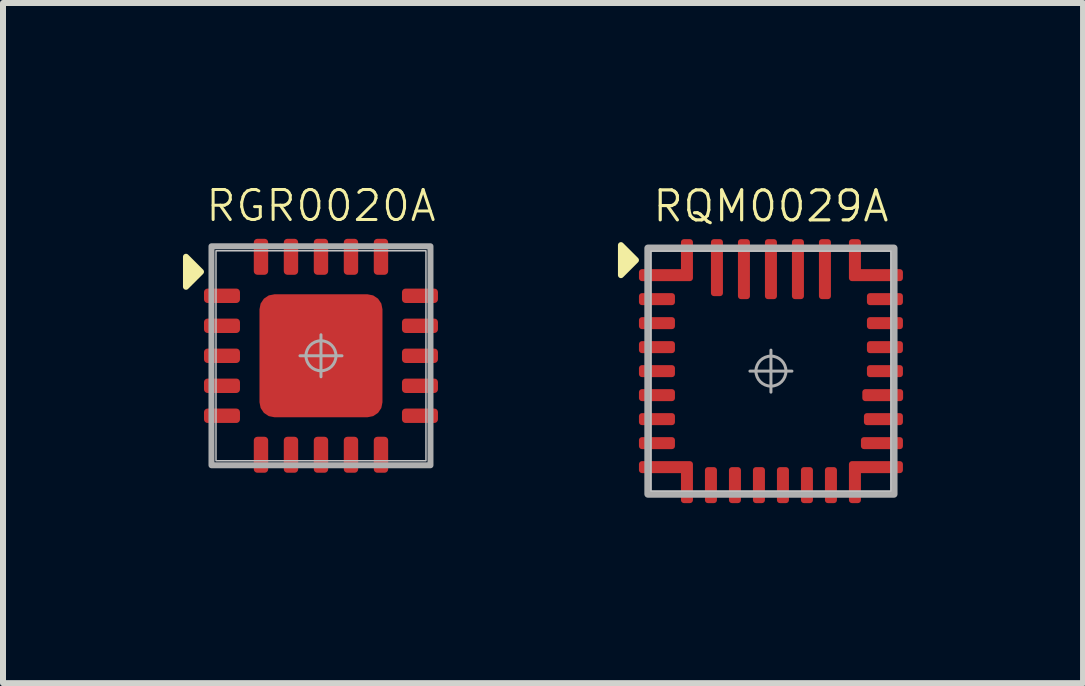
<source format=kicad_pcb>
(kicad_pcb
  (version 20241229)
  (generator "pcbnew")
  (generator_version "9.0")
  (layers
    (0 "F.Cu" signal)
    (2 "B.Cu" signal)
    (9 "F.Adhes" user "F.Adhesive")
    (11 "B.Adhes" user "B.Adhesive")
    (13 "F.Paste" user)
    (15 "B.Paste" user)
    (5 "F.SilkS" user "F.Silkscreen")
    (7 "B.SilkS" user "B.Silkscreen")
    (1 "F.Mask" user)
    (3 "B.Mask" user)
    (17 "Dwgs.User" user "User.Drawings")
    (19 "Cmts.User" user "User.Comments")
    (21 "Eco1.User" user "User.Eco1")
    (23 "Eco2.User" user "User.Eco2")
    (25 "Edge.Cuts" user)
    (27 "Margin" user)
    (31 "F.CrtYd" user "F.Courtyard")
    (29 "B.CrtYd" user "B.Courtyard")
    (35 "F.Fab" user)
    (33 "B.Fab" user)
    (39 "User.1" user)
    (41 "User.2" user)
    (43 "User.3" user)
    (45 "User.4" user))
  (footprint "RGR0020A"
    (layer "F.Cu")
    (at 2.3 2.88)
    (property "Reference" "RGR0020A" (at 0 -2.5 0) (unlocked yes) (layer "F.SilkS") (effects (font (size 0.5 0.5) (thickness 0.05))))
    (attr smd)
    (fp_poly (pts (xy -2 -1.4) (xy -2.25 -1.15) (xy -2.25 -1.65)) (stroke (width 0.1) (type solid)) (fill yes) (layer "F.SilkS"))
    (fp_rect (start -1.75 -1.75) (end 1.75 1.75) (stroke (width 0.025) (type default)) (fill no) (layer "Dwgs.User"))
    (fp_line (start -0.35 0) (end 0.35 0) (stroke (width 0.05) (type solid)) (layer "F.Fab"))
    (fp_line (start 0 -0.35) (end 0 0.35) (stroke (width 0.05) (type solid)) (layer "F.Fab"))
    (fp_rect (start -1.825 -1.825) (end 1.825 1.825) (stroke (width 0.1) (type default)) (fill no) (layer "F.Fab"))
    (fp_circle (center 0 0) (end 0.25 0) (stroke (width 0.05) (type solid)) (fill no) (layer "F.Fab"))
    (pad "1" smd roundrect (at -1.65 -1 180) (size 0.6 0.24) (layers "F.Cu" "F.Mask" "F.Paste") (roundrect_rratio 0.25))
    (pad "2" smd roundrect (at -1.65 -0.5 180) (size 0.6 0.24) (layers "F.Cu" "F.Mask" "F.Paste") (roundrect_rratio 0.25))
    (pad "3" smd roundrect (at -1.65 0 180) (size 0.6 0.24) (layers "F.Cu" "F.Mask" "F.Paste") (roundrect_rratio 0.25))
    (pad "4" smd roundrect (at -1.65 0.5 180) (size 0.6 0.24) (layers "F.Cu" "F.Mask" "F.Paste") (roundrect_rratio 0.25))
    (pad "5" smd roundrect (at -1.65 1 180) (size 0.6 0.24) (layers "F.Cu" "F.Mask" "F.Paste") (roundrect_rratio 0.25))
    (pad "6" smd roundrect (at -1 1.65 90) (size 0.6 0.24) (layers "F.Cu" "F.Mask" "F.Paste") (roundrect_rratio 0.25))
    (pad "7" smd roundrect (at -0.5 1.65 90) (size 0.6 0.24) (layers "F.Cu" "F.Mask" "F.Paste") (roundrect_rratio 0.25))
    (pad "8" smd roundrect (at 0 1.65 90) (size 0.6 0.24) (layers "F.Cu" "F.Mask" "F.Paste") (roundrect_rratio 0.25))
    (pad "9" smd roundrect (at 0.5 1.65 90) (size 0.6 0.24) (layers "F.Cu" "F.Mask" "F.Paste") (roundrect_rratio 0.25))
    (pad "10" smd roundrect (at 1 1.65 90) (size 0.6 0.24) (layers "F.Cu" "F.Mask" "F.Paste") (roundrect_rratio 0.25))
    (pad "11" smd roundrect (at 1.65 1 180) (size 0.6 0.24) (layers "F.Cu" "F.Mask" "F.Paste") (roundrect_rratio 0.25))
    (pad "12" smd roundrect (at 1.65 0.5 180) (size 0.6 0.24) (layers "F.Cu" "F.Mask" "F.Paste") (roundrect_rratio 0.25))
    (pad "13" smd roundrect (at 1.65 0 180) (size 0.6 0.24) (layers "F.Cu" "F.Mask" "F.Paste") (roundrect_rratio 0.25))
    (pad "14" smd roundrect (at 1.65 -0.5 180) (size 0.6 0.24) (layers "F.Cu" "F.Mask" "F.Paste") (roundrect_rratio 0.25))
    (pad "15" smd roundrect (at 1.65 -1 180) (size 0.6 0.24) (layers "F.Cu" "F.Mask" "F.Paste") (roundrect_rratio 0.25))
    (pad "16" smd roundrect (at 1 -1.65 270) (size 0.6 0.24) (layers "F.Cu" "F.Mask" "F.Paste") (roundrect_rratio 0.25))
    (pad "17" smd roundrect (at 0.5 -1.65 270) (size 0.6 0.24) (layers "F.Cu" "F.Mask" "F.Paste") (roundrect_rratio 0.25))
    (pad "18" smd roundrect (at 0 -1.65 270) (size 0.6 0.24) (layers "F.Cu" "F.Mask" "F.Paste") (roundrect_rratio 0.25))
    (pad "19" smd roundrect (at -0.5 -1.65 270) (size 0.6 0.24) (layers "F.Cu" "F.Mask" "F.Paste") (roundrect_rratio 0.25))
    (pad "20" smd roundrect (at -1 -1.65 270) (size 0.6 0.24) (layers "F.Cu" "F.Mask" "F.Paste") (roundrect_rratio 0.25))
    (pad "21" smd roundrect (at 0 0) (size 2.05 2.05) (layers "F.Cu" "F.Mask" "F.Paste") (roundrect_rratio 0.122)))
  (footprint "RQM0029A"
    (layer "F.Cu")
    (at 9.8 3.136)
    (property "Reference" "RQM0029A" (at 0 -2.75 0) (unlocked yes) (layer "F.SilkS") (effects (font (size 0.5 0.5) (thickness 0.053))))
    (attr smd)
    (fp_poly (pts (xy -2.25 -1.85) (xy -2.5 -1.6) (xy -2.5 -2.1)) (stroke (width 0.1) (type solid)) (fill yes) (layer "F.SilkS"))
    (fp_rect (start -2 -2) (end 2 2) (stroke (width 0.025) (type default)) (fill no) (layer "Dwgs.User"))
    (fp_line (start -0.35 0) (end 0.35 0) (stroke (width 0.05) (type solid)) (layer "F.Fab"))
    (fp_line (start 0 -0.35) (end 0 0.35) (stroke (width 0.05) (type solid)) (layer "F.Fab"))
    (fp_rect (start -2.05 -2.05) (end 2.05 2.05) (stroke (width 0.12) (type default)) (fill no) (layer "F.Fab"))
    (fp_circle (center 0 0) (end 0.25 0) (stroke (width 0.05) (type solid)) (fill no) (layer "F.Fab"))
    (pad "1" smd custom (at -1.75 -1.6) (size 0.2 0.2) (layers "F.Cu" "F.Mask" "F.Paste") (options (anchor circle)) (primitives (gr_poly (pts (xy -0.45 0.05) (xy -0.446 0.069) (xy -0.435 0.085) (xy -0.419 0.096) (xy -0.4 0.1) (xy 0.4 0.1) (xy 0.419 0.096) (xy 0.435 0.085) (xy 0.446 0.069) (xy 0.45 0.05) (xy 0.45 -0.05) (xy 0.446 -0.069) (xy 0.435 -0.085) (xy 0.419 -0.096) (xy 0.4 -0.1) (xy -0.4 -0.1) (xy -0.419 -0.096) (xy -0.435 -0.085) (xy -0.446 -0.069) (xy -0.45 -0.05)) (width 0) (fill yes)) (gr_poly (pts (xy 0.3 -0.6) (xy 0.281 -0.596) (xy 0.265 -0.585) (xy 0.254 -0.569) (xy 0.25 -0.55) (xy 0.25 -0.05) (xy 0.254 -0.031) (xy 0.265 -0.015) (xy 0.281 -0.004) (xy 0.3 0) (xy 0.4 0) (xy 0.419 -0.004) (xy 0.435 -0.015) (xy 0.446 -0.031) (xy 0.45 -0.05) (xy 0.45 -0.55) (xy 0.446 -0.569) (xy 0.435 -0.585) (xy 0.419 -0.596) (xy 0.4 -0.6)) (width 0) (fill yes))))
    (pad "2" smd roundrect (at -1.9 -1.2) (size 0.6 0.2) (layers "F.Cu" "F.Mask" "F.Paste") (roundrect_rratio 0.25))
    (pad "3" smd roundrect (at -1.9 -0.8) (size 0.6 0.2) (layers "F.Cu" "F.Mask" "F.Paste") (roundrect_rratio 0.25))
    (pad "4" smd roundrect (at -1.9 -0.4) (size 0.6 0.2) (layers "F.Cu" "F.Mask" "F.Paste") (roundrect_rratio 0.25))
    (pad "5" smd roundrect (at -1.9 0) (size 0.6 0.2) (layers "F.Cu" "F.Mask" "F.Paste") (roundrect_rratio 0.25))
    (pad "6" smd roundrect (at -1.9 0.4) (size 0.6 0.2) (layers "F.Cu" "F.Mask" "F.Paste") (roundrect_rratio 0.25))
    (pad "7" smd roundrect (at -1.9 0.8) (size 0.6 0.2) (layers "F.Cu" "F.Mask" "F.Paste") (roundrect_rratio 0.25))
    (pad "8" smd roundrect (at -1.9 1.2) (size 0.6 0.2) (layers "F.Cu" "F.Mask" "F.Paste") (roundrect_rratio 0.25))
    (pad "9" smd custom (at -1.75 1.6) (size 0.2 0.2) (layers "F.Cu" "F.Mask" "F.Paste") (options (anchor circle)) (primitives (gr_poly (pts (xy -0.45 -0.05) (xy -0.446 -0.069) (xy -0.435 -0.085) (xy -0.419 -0.096) (xy -0.4 -0.1) (xy 0.4 -0.1) (xy 0.419 -0.096) (xy 0.435 -0.085) (xy 0.446 -0.069) (xy 0.45 -0.05) (xy 0.45 0.05) (xy 0.446 0.069) (xy 0.435 0.085) (xy 0.419 0.096) (xy 0.4 0.1) (xy -0.4 0.1) (xy -0.419 0.096) (xy -0.435 0.085) (xy -0.446 0.069) (xy -0.45 0.05)) (width 0) (fill yes)) (gr_poly (pts (xy 0.3 0.6) (xy 0.281 0.596) (xy 0.265 0.585) (xy 0.254 0.569) (xy 0.25 0.55) (xy 0.25 0.05) (xy 0.254 0.031) (xy 0.265 0.015) (xy 0.281 0.004) (xy 0.3 0) (xy 0.4 0) (xy 0.419 0.004) (xy 0.435 0.015) (xy 0.446 0.031) (xy 0.45 0.05) (xy 0.45 0.55) (xy 0.446 0.569) (xy 0.435 0.585) (xy 0.419 0.596) (xy 0.4 0.6)) (width 0) (fill yes))))
    (pad "10" smd roundrect (at -1 1.9 90) (size 0.6 0.2) (layers "F.Cu" "F.Mask" "F.Paste") (roundrect_rratio 0.25))
    (pad "11" smd roundrect (at -0.6 1.9 90) (size 0.6 0.2) (layers "F.Cu" "F.Mask" "F.Paste") (roundrect_rratio 0.25))
    (pad "12" smd roundrect (at -0.2 1.9 90) (size 0.6 0.2) (layers "F.Cu" "F.Mask" "F.Paste") (roundrect_rratio 0.25))
    (pad "13" smd roundrect (at 0.2 1.9 90) (size 0.6 0.2) (layers "F.Cu" "F.Mask" "F.Paste") (roundrect_rratio 0.25))
    (pad "14" smd roundrect (at 0.6 1.9 90) (size 0.6 0.2) (layers "F.Cu" "F.Mask" "F.Paste") (roundrect_rratio 0.25))
    (pad "15" smd roundrect (at 1 1.9 90) (size 0.6 0.2) (layers "F.Cu" "F.Mask" "F.Paste") (roundrect_rratio 0.25))
    (pad "16" smd custom (at 1.75 1.6) (size 0.2 0.2) (layers "F.Cu" "F.Mask" "F.Paste") (options (anchor circle)) (primitives (gr_poly (pts (xy 0.45 -0.05) (xy 0.446 -0.069) (xy 0.435 -0.085) (xy 0.419 -0.096) (xy 0.4 -0.1) (xy -0.4 -0.1) (xy -0.419 -0.096) (xy -0.435 -0.085) (xy -0.446 -0.069) (xy -0.45 -0.05) (xy -0.45 0.05) (xy -0.446 0.069) (xy -0.435 0.085) (xy -0.419 0.096) (xy -0.4 0.1) (xy 0.4 0.1) (xy 0.419 0.096) (xy 0.435 0.085) (xy 0.446 0.069) (xy 0.45 0.05)) (width 0) (fill yes)) (gr_poly (pts (xy -0.3 0.6) (xy -0.281 0.596) (xy -0.265 0.585) (xy -0.254 0.569) (xy -0.25 0.55) (xy -0.25 0.05) (xy -0.254 0.031) (xy -0.265 0.015) (xy -0.281 0.004) (xy -0.3 0) (xy -0.4 0) (xy -0.419 0.004) (xy -0.435 0.015) (xy -0.446 0.031) (xy -0.45 0.05) (xy -0.45 0.55) (xy -0.446 0.569) (xy -0.435 0.585) (xy -0.419 0.596) (xy -0.4 0.6)) (width 0) (fill yes))))
    (pad "17" smd roundrect (at 1.85 1.2 180) (size 0.7 0.2) (layers "F.Cu" "F.Mask" "F.Paste") (roundrect_rratio 0.25))
    (pad "18" smd roundrect (at 1.875 0.8 180) (size 0.65 0.2) (layers "F.Cu" "F.Mask" "F.Paste") (roundrect_rratio 0.25))
    (pad "19" smd roundrect (at 1.863 0.4 180) (size 0.68 0.2) (layers "F.Cu" "F.Mask" "F.Paste") (roundrect_rratio 0.25))
    (pad "20" smd roundrect (at 1.9 0 180) (size 0.6 0.2) (layers "F.Cu" "F.Mask" "F.Paste") (roundrect_rratio 0.25))
    (pad "21" smd roundrect (at 1.9 -0.4 180) (size 0.6 0.2) (layers "F.Cu" "F.Mask" "F.Paste") (roundrect_rratio 0.25))
    (pad "22" smd roundrect (at 1.9 -0.8 180) (size 0.6 0.2) (layers "F.Cu" "F.Mask" "F.Paste") (roundrect_rratio 0.25))
    (pad "23" smd roundrect (at 1.9 -1.2 180) (size 0.6 0.2) (layers "F.Cu" "F.Mask" "F.Paste") (roundrect_rratio 0.25))
    (pad "24" smd custom (at 1.75 -1.6) (size 0.2 0.2) (layers "F.Cu" "F.Mask" "F.Paste") (options (anchor circle)) (primitives (gr_poly (pts (xy 0.45 0.05) (xy 0.446 0.069) (xy 0.435 0.085) (xy 0.419 0.096) (xy 0.4 0.1) (xy -0.4 0.1) (xy -0.419 0.096) (xy -0.435 0.085) (xy -0.446 0.069) (xy -0.45 0.05) (xy -0.45 -0.05) (xy -0.446 -0.069) (xy -0.435 -0.085) (xy -0.419 -0.096) (xy -0.4 -0.1) (xy 0.4 -0.1) (xy 0.419 -0.096) (xy 0.435 -0.085) (xy 0.446 -0.069) (xy 0.45 -0.05)) (width 0) (fill yes)) (gr_poly (pts (xy -0.3 -0.6) (xy -0.281 -0.596) (xy -0.265 -0.585) (xy -0.254 -0.569) (xy -0.25 -0.55) (xy -0.25 -0.05) (xy -0.254 -0.031) (xy -0.265 -0.015) (xy -0.281 -0.004) (xy -0.3 0) (xy -0.4 0) (xy -0.419 -0.004) (xy -0.435 -0.015) (xy -0.446 -0.031) (xy -0.45 -0.05) (xy -0.45 -0.55) (xy -0.446 -0.569) (xy -0.435 -0.585) (xy -0.419 -0.596) (xy -0.4 -0.6)) (width 0) (fill yes))))
    (pad "25" smd roundrect (at 0.9 -1.7 270) (size 1 0.2) (layers "F.Cu" "F.Mask" "F.Paste") (roundrect_rratio 0.25))
    (pad "26" smd roundrect (at 0.45 -1.7 270) (size 1 0.2) (layers "F.Cu" "F.Mask" "F.Paste") (roundrect_rratio 0.25))
    (pad "27" smd roundrect (at 0 -1.7 270) (size 1 0.2) (layers "F.Cu" "F.Mask" "F.Paste") (roundrect_rratio 0.25))
    (pad "28" smd roundrect (at -0.45 -1.7 270) (size 1 0.2) (layers "F.Cu" "F.Mask" "F.Paste") (roundrect_rratio 0.25))
    (pad "29" smd roundrect (at -0.9 -1.725 270) (size 0.95 0.2) (layers "F.Cu" "F.Mask" "F.Paste") (roundrect_rratio 0.25)))
  (gr_rect
    (start -3 -3)
    (end 15.002 8.336)
    (stroke (width 0.1) (type default))
    (fill no)
    (layer "Edge.Cuts")))
</source>
